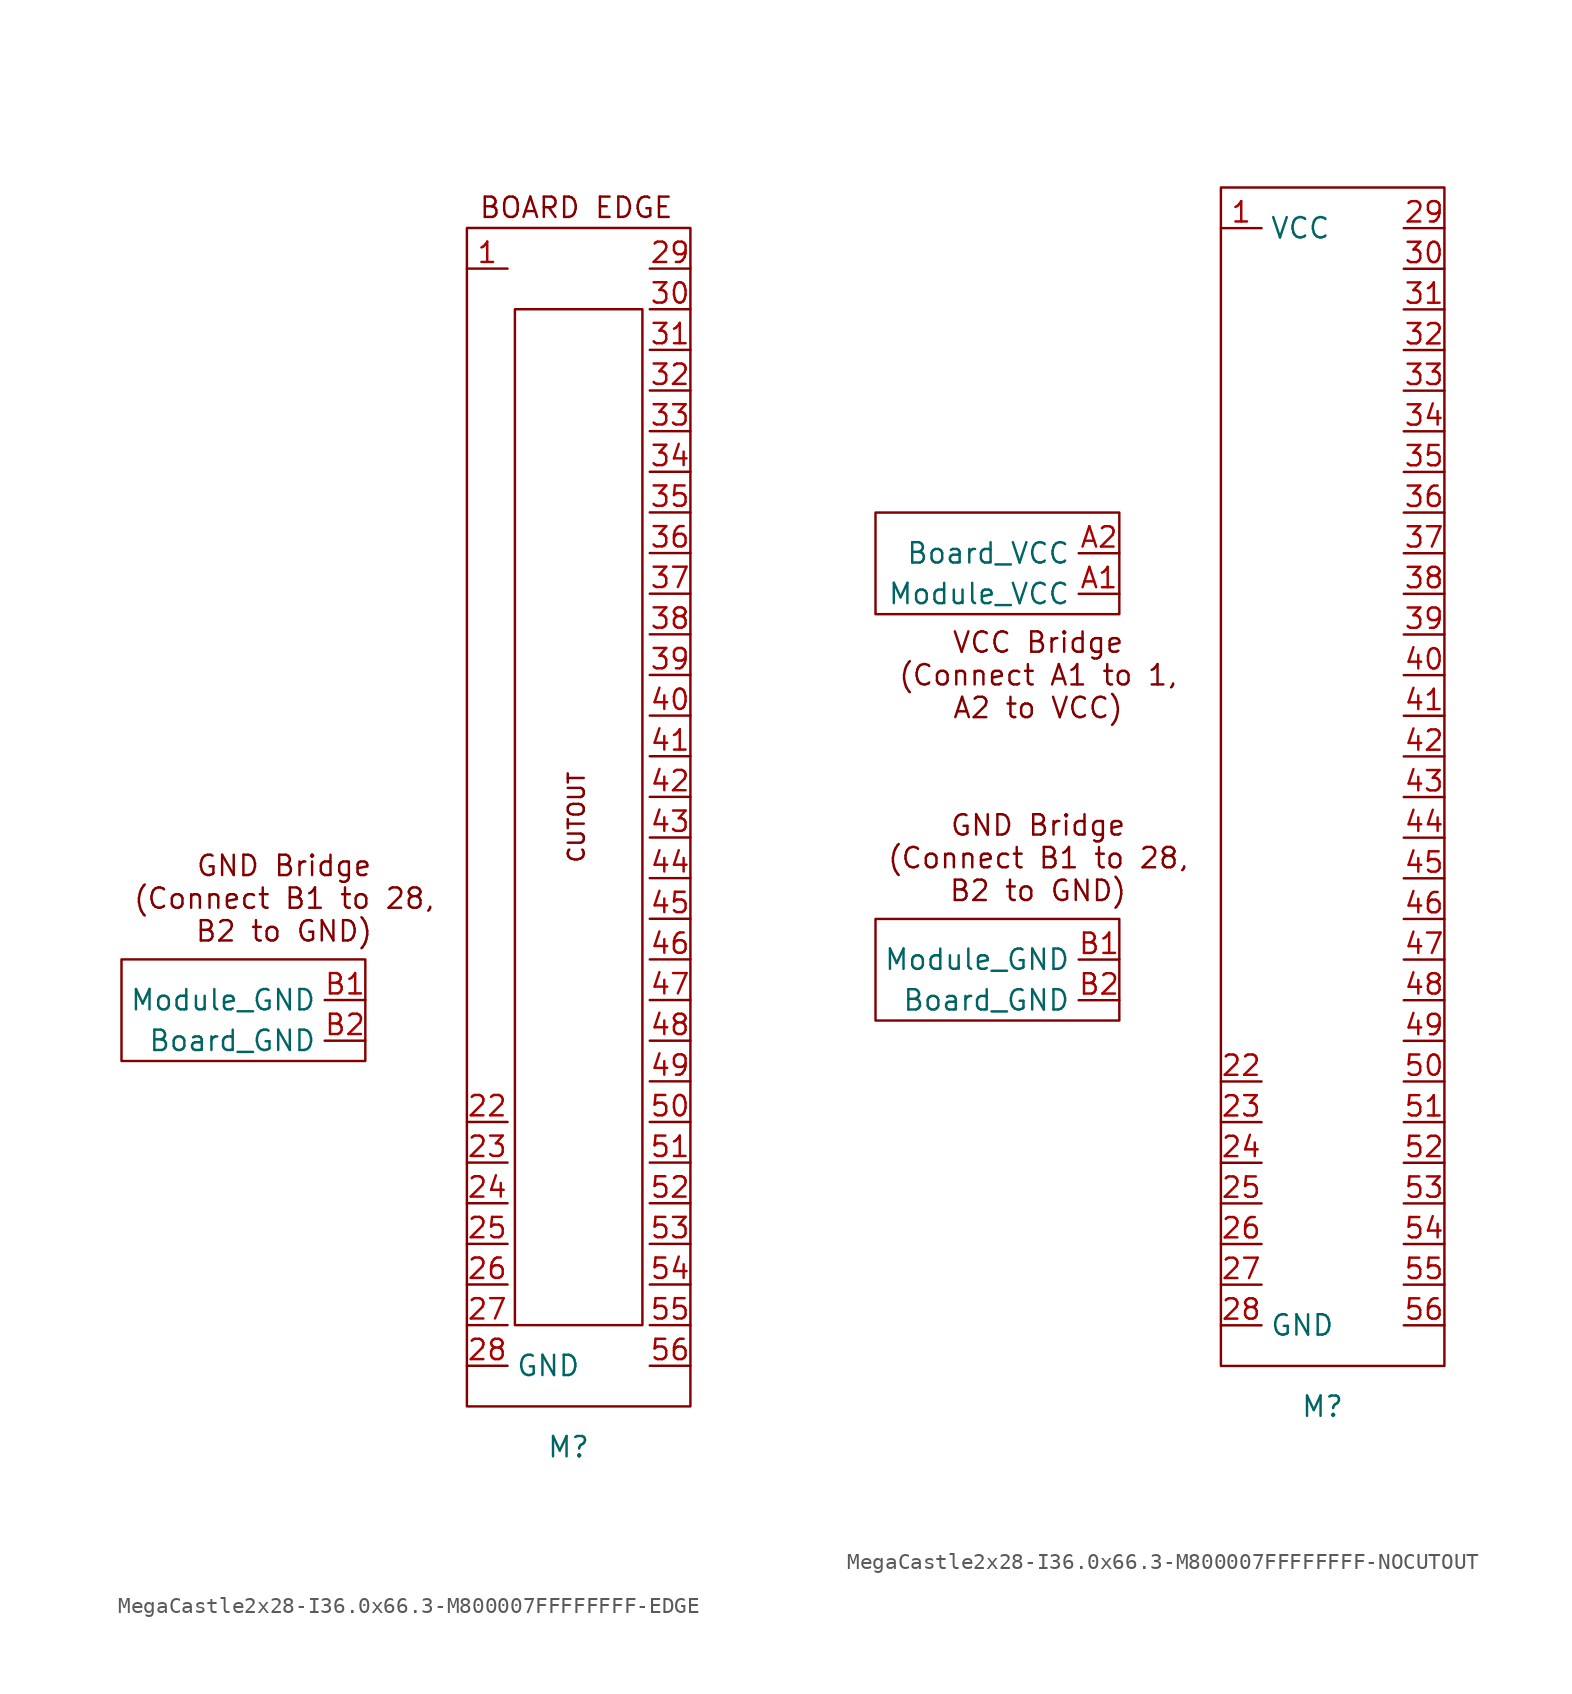
<source format=kicad_sym>
(kicad_symbol_lib
  (version 20231120)
  (generator "kicad_symbol_editor")
  (generator_version "8.0")
  (symbol "MegaCastle2x28-I36.0x66.3-M800007FFFFFFFF-EDGE"
    (property "Reference" "M"
      (at 0 -39.37 0)
      (effects (font (size 1.27 1.27))))
    (property "Value" ""
      (at 0 5.08 0)
      (effects (font (size 1.27 1.27))))
    (symbol "MegaCastle2x28-I36.0x66.3-M800007FFFFFFFF-EDGE_0_1"
      (rectangle (start -27.94 -8.89) (end -12.7 -15.24) (stroke (width 0) (type default)) (fill (type none)))
      (rectangle (start -6.35 36.83) (end 7.62 -36.83) (stroke (width 0) (type default)) (fill (type none)))
      (rectangle (start -3.35 31.75) (end 4.62 -31.75) (stroke (width 0) (type default)) (fill (type none))))
    (symbol "MegaCastle2x28-I36.0x66.3-M800007FFFFFFFF-EDGE_1_1"
      (text " BOARD EDGE" (at 0 38.1 0) (effects (font (size 1.27 1.27))))
      (text "CUTOUT" (at 0.5 0 900) (effects (font (size 1 1))))
      (text "GND Bridge\n(Connect B1 to 28,\nB2 to GND)" (at -17.78 -5.08 0) (effects (font (size 1.27 1.27))))
      (pin bidirectional line (at -6.35 34.29 0) (length 2.54) (name "" (effects (font (size 1.27 1.27)))) (number "1" (effects (font (size 1.27 1.27)))))
      (pin bidirectional line (at -6.35 -19.05 0) (length 2.54) (name "" (effects (font (size 1.27 1.27)))) (number "22" (effects (font (size 1.27 1.27)))))
      (pin bidirectional line (at -6.35 -21.59 0) (length 2.54) (name "" (effects (font (size 1.27 1.27)))) (number "23" (effects (font (size 1.27 1.27)))))
      (pin bidirectional line (at -6.35 -24.13 0) (length 2.54) (name "" (effects (font (size 1.27 1.27)))) (number "24" (effects (font (size 1.27 1.27)))))
      (pin bidirectional line (at -6.35 -26.67 0) (length 2.54) (name "" (effects (font (size 1.27 1.27)))) (number "25" (effects (font (size 1.27 1.27)))))
      (pin bidirectional line (at -6.35 -29.21 0) (length 2.54) (name "" (effects (font (size 1.27 1.27)))) (number "26" (effects (font (size 1.27 1.27)))))
      (pin bidirectional line (at -6.35 -31.75 0) (length 2.54) (name "" (effects (font (size 1.27 1.27)))) (number "27" (effects (font (size 1.27 1.27)))))
      (pin bidirectional line (at -6.35 -34.29 0) (length 2.54) (name "GND" (effects (font (size 1.27 1.27)))) (number "28" (effects (font (size 1.27 1.27)))))
      (pin bidirectional line (at 7.62 34.29 180) (length 2.54) (name "" (effects (font (size 1.27 1.27)))) (number "29" (effects (font (size 1.27 1.27)))))
      (pin bidirectional line (at 7.62 31.75 180) (length 2.54) (name "" (effects (font (size 1.27 1.27)))) (number "30" (effects (font (size 1.27 1.27)))))
      (pin bidirectional line (at 7.62 29.21 180) (length 2.54) (name "" (effects (font (size 1.27 1.27)))) (number "31" (effects (font (size 1.27 1.27)))))
      (pin bidirectional line (at 7.62 26.67 180) (length 2.54) (name "" (effects (font (size 1.27 1.27)))) (number "32" (effects (font (size 1.27 1.27)))))
      (pin bidirectional line (at 7.62 24.13 180) (length 2.54) (name "" (effects (font (size 1.27 1.27)))) (number "33" (effects (font (size 1.27 1.27)))))
      (pin bidirectional line (at 7.62 21.59 180) (length 2.54) (name "" (effects (font (size 1.27 1.27)))) (number "34" (effects (font (size 1.27 1.27)))))
      (pin bidirectional line (at 7.62 19.05 180) (length 2.54) (name "" (effects (font (size 1.27 1.27)))) (number "35" (effects (font (size 1.27 1.27)))))
      (pin bidirectional line (at 7.62 16.51 180) (length 2.54) (name "" (effects (font (size 1.27 1.27)))) (number "36" (effects (font (size 1.27 1.27)))))
      (pin bidirectional line (at 7.62 13.97 180) (length 2.54) (name "" (effects (font (size 1.27 1.27)))) (number "37" (effects (font (size 1.27 1.27)))))
      (pin bidirectional line (at 7.62 11.43 180) (length 2.54) (name "" (effects (font (size 1.27 1.27)))) (number "38" (effects (font (size 1.27 1.27)))))
      (pin bidirectional line (at 7.62 8.89 180) (length 2.54) (name "" (effects (font (size 1.27 1.27)))) (number "39" (effects (font (size 1.27 1.27)))))
      (pin bidirectional line (at 7.62 6.35 180) (length 2.54) (name "" (effects (font (size 1.27 1.27)))) (number "40" (effects (font (size 1.27 1.27)))))
      (pin bidirectional line (at 7.62 3.81 180) (length 2.54) (name "" (effects (font (size 1.27 1.27)))) (number "41" (effects (font (size 1.27 1.27)))))
      (pin bidirectional line (at 7.62 1.27 180) (length 2.54) (name "" (effects (font (size 1.27 1.27)))) (number "42" (effects (font (size 1.27 1.27)))))
      (pin bidirectional line (at 7.62 -1.27 180) (length 2.54) (name "" (effects (font (size 1.27 1.27)))) (number "43" (effects (font (size 1.27 1.27)))))
      (pin bidirectional line (at 7.62 -3.81 180) (length 2.54) (name "" (effects (font (size 1.27 1.27)))) (number "44" (effects (font (size 1.27 1.27)))))
      (pin bidirectional line (at 7.62 -6.35 180) (length 2.54) (name "" (effects (font (size 1.27 1.27)))) (number "45" (effects (font (size 1.27 1.27)))))
      (pin bidirectional line (at 7.62 -8.89 180) (length 2.54) (name "" (effects (font (size 1.27 1.27)))) (number "46" (effects (font (size 1.27 1.27)))))
      (pin bidirectional line (at 7.62 -11.43 180) (length 2.54) (name "" (effects (font (size 1.27 1.27)))) (number "47" (effects (font (size 1.27 1.27)))))
      (pin bidirectional line (at 7.62 -13.97 180) (length 2.54) (name "" (effects (font (size 1.27 1.27)))) (number "48" (effects (font (size 1.27 1.27)))))
      (pin bidirectional line (at 7.62 -16.51 180) (length 2.54) (name "" (effects (font (size 1.27 1.27)))) (number "49" (effects (font (size 1.27 1.27)))))
      (pin bidirectional line (at 7.62 -19.05 180) (length 2.54) (name "" (effects (font (size 1.27 1.27)))) (number "50" (effects (font (size 1.27 1.27)))))
      (pin bidirectional line (at 7.62 -21.59 180) (length 2.54) (name "" (effects (font (size 1.27 1.27)))) (number "51" (effects (font (size 1.27 1.27)))))
      (pin bidirectional line (at 7.62 -24.13 180) (length 2.54) (name "" (effects (font (size 1.27 1.27)))) (number "52" (effects (font (size 1.27 1.27)))))
      (pin bidirectional line (at 7.62 -26.67 180) (length 2.54) (name "" (effects (font (size 1.27 1.27)))) (number "53" (effects (font (size 1.27 1.27)))))
      (pin bidirectional line (at 7.62 -29.21 180) (length 2.54) (name "" (effects (font (size 1.27 1.27)))) (number "54" (effects (font (size 1.27 1.27)))))
      (pin bidirectional line (at 7.62 -31.75 180) (length 2.54) (name "" (effects (font (size 1.27 1.27)))) (number "55" (effects (font (size 1.27 1.27)))))
      (pin bidirectional line (at 7.62 -34.29 180) (length 2.54) (name "" (effects (font (size 1.27 1.27)))) (number "56" (effects (font (size 1.27 1.27)))))
      (pin bidirectional line (at -12.7 -11.43 180) (length 2.54) (name "Module_GND" (effects (font (size 1.27 1.27)))) (number "B1" (effects (font (size 1.27 1.27)))))
      (pin bidirectional line (at -12.7 -13.97 180) (length 2.54) (name "Board_GND" (effects (font (size 1.27 1.27)))) (number "B2" (effects (font (size 1.27 1.27)))))))
  (symbol "MegaCastle2x28-I36.0x66.3-M800007FFFFFFFF-NOCUTOUT"
    (property "Reference" "M"
      (at 0 -39.37 0)
      (effects (font (size 1.27 1.27))))
    (property "Value" ""
      (at 0 5.08 0)
      (effects (font (size 1.27 1.27))))
    (symbol "MegaCastle2x28-I36.0x66.3-M800007FFFFFFFF-NOCUTOUT_0_1"
      (rectangle (start -27.94 -8.89) (end -12.7 -15.24) (stroke (width 0) (type default)) (fill (type none)))
      (rectangle (start -27.94 16.51) (end -12.7 10.16) (stroke (width 0) (type default)) (fill (type none)))
      (rectangle (start -6.35 36.83) (end 7.62 -36.83) (stroke (width 0) (type default)) (fill (type none))))
    (symbol "MegaCastle2x28-I36.0x66.3-M800007FFFFFFFF-NOCUTOUT_1_1"
      (text "GND Bridge\n(Connect B1 to 28,\nB2 to GND)" (at -17.78 -5.08 0) (effects (font (size 1.27 1.27))))
      (text "VCC Bridge\n(Connect A1 to 1,\nA2 to VCC)" (at -17.78 6.35 0) (effects (font (size 1.27 1.27))))
      (pin bidirectional line (at -6.35 34.29 0) (length 2.54) (name "VCC" (effects (font (size 1.27 1.27)))) (number "1" (effects (font (size 1.27 1.27)))))
      (pin bidirectional line (at -6.35 -19.05 0) (length 2.54) (name "" (effects (font (size 1.27 1.27)))) (number "22" (effects (font (size 1.27 1.27)))))
      (pin bidirectional line (at -6.35 -21.59 0) (length 2.54) (name "" (effects (font (size 1.27 1.27)))) (number "23" (effects (font (size 1.27 1.27)))))
      (pin bidirectional line (at -6.35 -24.13 0) (length 2.54) (name "" (effects (font (size 1.27 1.27)))) (number "24" (effects (font (size 1.27 1.27)))))
      (pin bidirectional line (at -6.35 -26.67 0) (length 2.54) (name "" (effects (font (size 1.27 1.27)))) (number "25" (effects (font (size 1.27 1.27)))))
      (pin bidirectional line (at -6.35 -29.21 0) (length 2.54) (name "" (effects (font (size 1.27 1.27)))) (number "26" (effects (font (size 1.27 1.27)))))
      (pin bidirectional line (at -6.35 -31.75 0) (length 2.54) (name "" (effects (font (size 1.27 1.27)))) (number "27" (effects (font (size 1.27 1.27)))))
      (pin bidirectional line (at -6.35 -34.29 0) (length 2.54) (name "GND" (effects (font (size 1.27 1.27)))) (number "28" (effects (font (size 1.27 1.27)))))
      (pin bidirectional line (at 7.62 34.29 180) (length 2.54) (name "" (effects (font (size 1.27 1.27)))) (number "29" (effects (font (size 1.27 1.27)))))
      (pin bidirectional line (at 7.62 31.75 180) (length 2.54) (name "" (effects (font (size 1.27 1.27)))) (number "30" (effects (font (size 1.27 1.27)))))
      (pin bidirectional line (at 7.62 29.21 180) (length 2.54) (name "" (effects (font (size 1.27 1.27)))) (number "31" (effects (font (size 1.27 1.27)))))
      (pin bidirectional line (at 7.62 26.67 180) (length 2.54) (name "" (effects (font (size 1.27 1.27)))) (number "32" (effects (font (size 1.27 1.27)))))
      (pin bidirectional line (at 7.62 24.13 180) (length 2.54) (name "" (effects (font (size 1.27 1.27)))) (number "33" (effects (font (size 1.27 1.27)))))
      (pin bidirectional line (at 7.62 21.59 180) (length 2.54) (name "" (effects (font (size 1.27 1.27)))) (number "34" (effects (font (size 1.27 1.27)))))
      (pin bidirectional line (at 7.62 19.05 180) (length 2.54) (name "" (effects (font (size 1.27 1.27)))) (number "35" (effects (font (size 1.27 1.27)))))
      (pin bidirectional line (at 7.62 16.51 180) (length 2.54) (name "" (effects (font (size 1.27 1.27)))) (number "36" (effects (font (size 1.27 1.27)))))
      (pin bidirectional line (at 7.62 13.97 180) (length 2.54) (name "" (effects (font (size 1.27 1.27)))) (number "37" (effects (font (size 1.27 1.27)))))
      (pin bidirectional line (at 7.62 11.43 180) (length 2.54) (name "" (effects (font (size 1.27 1.27)))) (number "38" (effects (font (size 1.27 1.27)))))
      (pin bidirectional line (at 7.62 8.89 180) (length 2.54) (name "" (effects (font (size 1.27 1.27)))) (number "39" (effects (font (size 1.27 1.27)))))
      (pin bidirectional line (at 7.62 6.35 180) (length 2.54) (name "" (effects (font (size 1.27 1.27)))) (number "40" (effects (font (size 1.27 1.27)))))
      (pin bidirectional line (at 7.62 3.81 180) (length 2.54) (name "" (effects (font (size 1.27 1.27)))) (number "41" (effects (font (size 1.27 1.27)))))
      (pin bidirectional line (at 7.62 1.27 180) (length 2.54) (name "" (effects (font (size 1.27 1.27)))) (number "42" (effects (font (size 1.27 1.27)))))
      (pin bidirectional line (at 7.62 -1.27 180) (length 2.54) (name "" (effects (font (size 1.27 1.27)))) (number "43" (effects (font (size 1.27 1.27)))))
      (pin bidirectional line (at 7.62 -3.81 180) (length 2.54) (name "" (effects (font (size 1.27 1.27)))) (number "44" (effects (font (size 1.27 1.27)))))
      (pin bidirectional line (at 7.62 -6.35 180) (length 2.54) (name "" (effects (font (size 1.27 1.27)))) (number "45" (effects (font (size 1.27 1.27)))))
      (pin bidirectional line (at 7.62 -8.89 180) (length 2.54) (name "" (effects (font (size 1.27 1.27)))) (number "46" (effects (font (size 1.27 1.27)))))
      (pin bidirectional line (at 7.62 -11.43 180) (length 2.54) (name "" (effects (font (size 1.27 1.27)))) (number "47" (effects (font (size 1.27 1.27)))))
      (pin bidirectional line (at 7.62 -13.97 180) (length 2.54) (name "" (effects (font (size 1.27 1.27)))) (number "48" (effects (font (size 1.27 1.27)))))
      (pin bidirectional line (at 7.62 -16.51 180) (length 2.54) (name "" (effects (font (size 1.27 1.27)))) (number "49" (effects (font (size 1.27 1.27)))))
      (pin bidirectional line (at 7.62 -19.05 180) (length 2.54) (name "" (effects (font (size 1.27 1.27)))) (number "50" (effects (font (size 1.27 1.27)))))
      (pin bidirectional line (at 7.62 -21.59 180) (length 2.54) (name "" (effects (font (size 1.27 1.27)))) (number "51" (effects (font (size 1.27 1.27)))))
      (pin bidirectional line (at 7.62 -24.13 180) (length 2.54) (name "" (effects (font (size 1.27 1.27)))) (number "52" (effects (font (size 1.27 1.27)))))
      (pin bidirectional line (at 7.62 -26.67 180) (length 2.54) (name "" (effects (font (size 1.27 1.27)))) (number "53" (effects (font (size 1.27 1.27)))))
      (pin bidirectional line (at 7.62 -29.21 180) (length 2.54) (name "" (effects (font (size 1.27 1.27)))) (number "54" (effects (font (size 1.27 1.27)))))
      (pin bidirectional line (at 7.62 -31.75 180) (length 2.54) (name "" (effects (font (size 1.27 1.27)))) (number "55" (effects (font (size 1.27 1.27)))))
      (pin bidirectional line (at 7.62 -34.29 180) (length 2.54) (name "" (effects (font (size 1.27 1.27)))) (number "56" (effects (font (size 1.27 1.27)))))
      (pin bidirectional line (at -12.7 11.43 180) (length 2.54) (name "Module_VCC" (effects (font (size 1.27 1.27)))) (number "A1" (effects (font (size 1.27 1.27)))))
      (pin bidirectional line (at -12.7 13.97 180) (length 2.54) (name "Board_VCC" (effects (font (size 1.27 1.27)))) (number "A2" (effects (font (size 1.27 1.27)))))
      (pin bidirectional line (at -12.7 -11.43 180) (length 2.54) (name "Module_GND" (effects (font (size 1.27 1.27)))) (number "B1" (effects (font (size 1.27 1.27)))))
      (pin bidirectional line (at -12.7 -13.97 180) (length 2.54) (name "Board_GND" (effects (font (size 1.27 1.27)))) (number "B2" (effects (font (size 1.27 1.27))))))))
</source>
